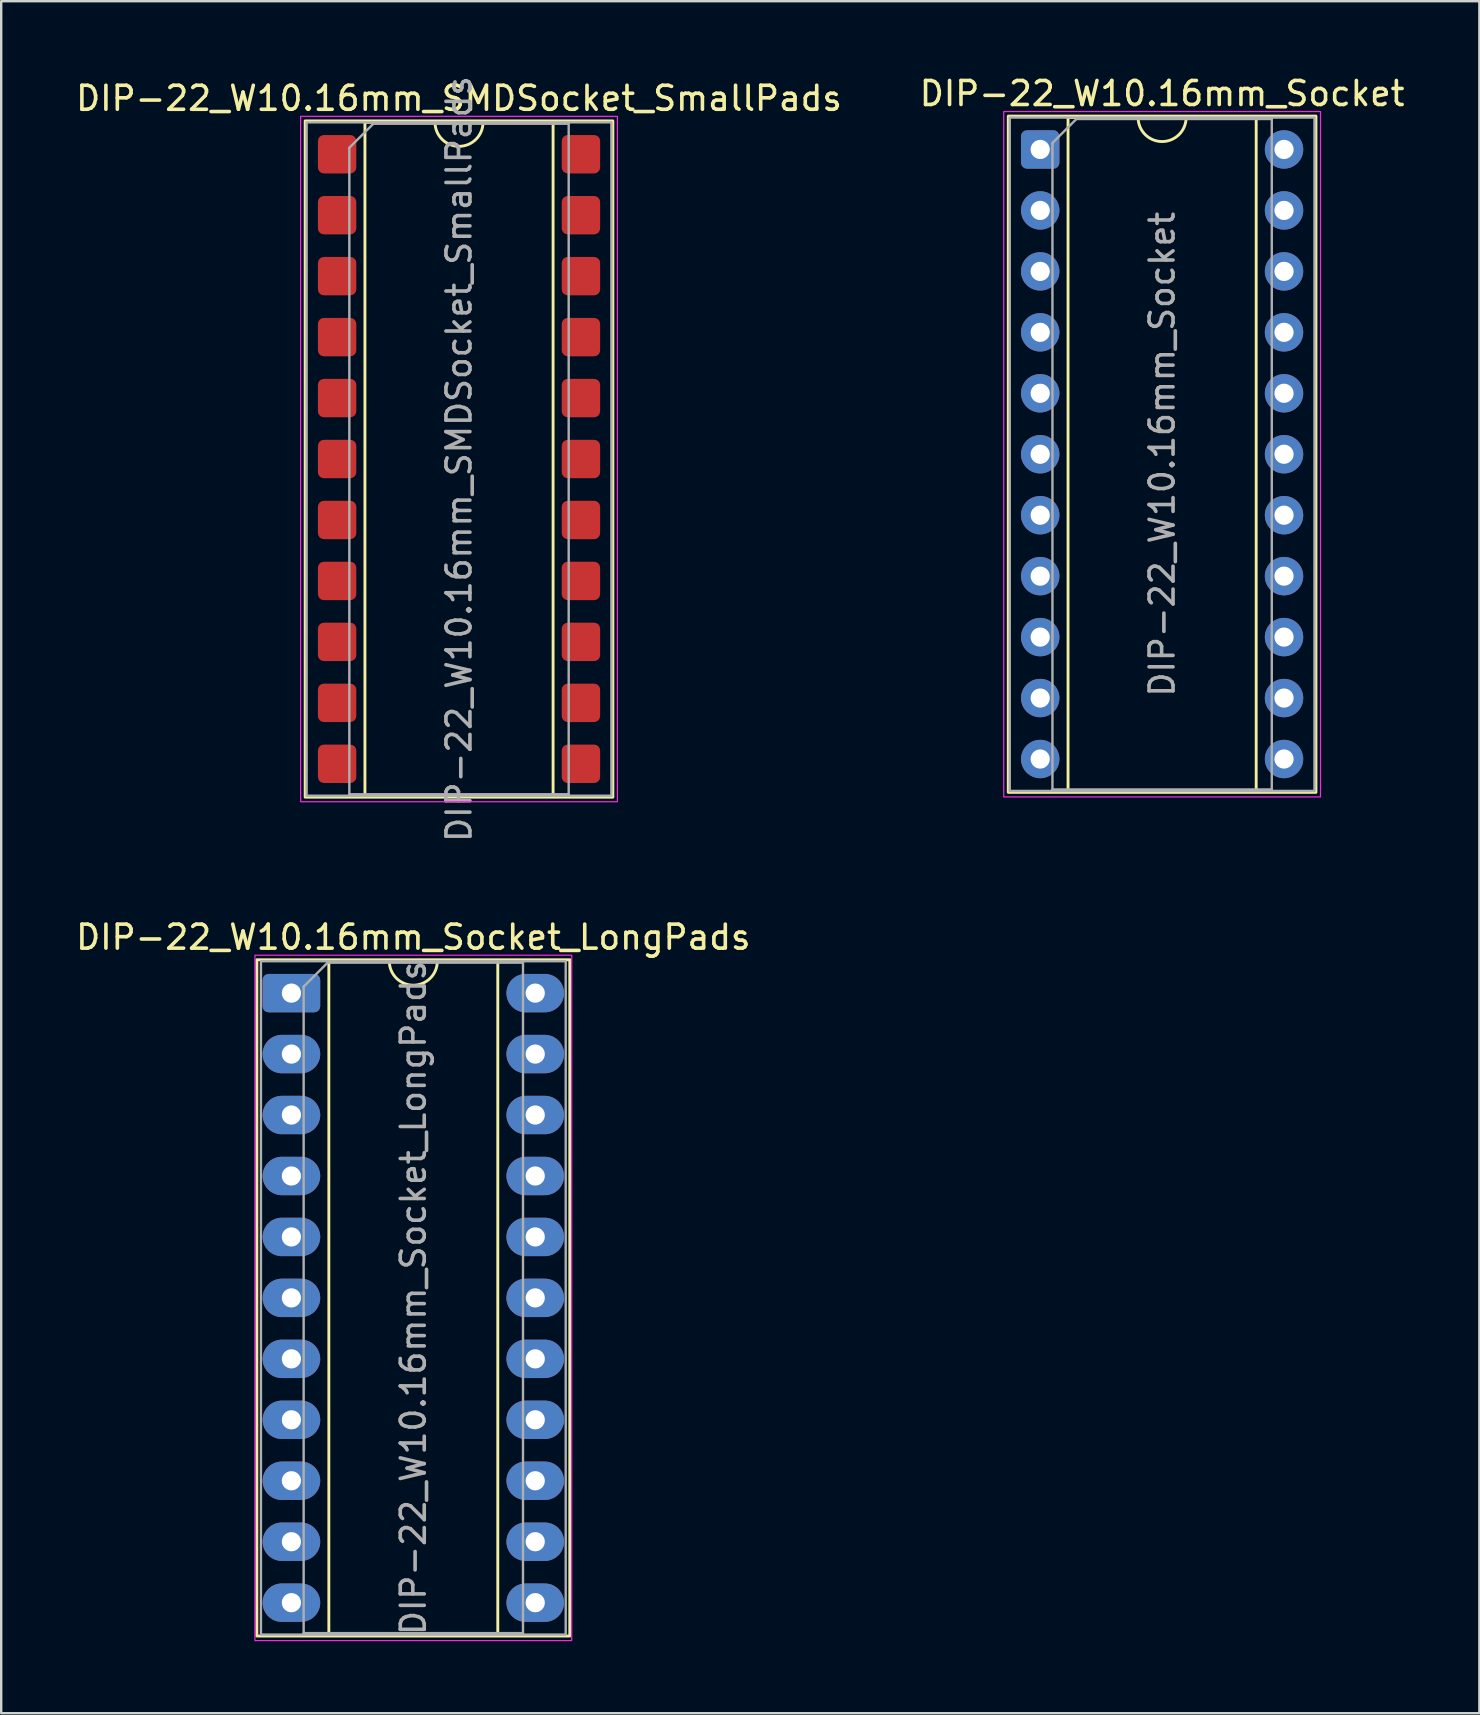
<source format=kicad_pcb>
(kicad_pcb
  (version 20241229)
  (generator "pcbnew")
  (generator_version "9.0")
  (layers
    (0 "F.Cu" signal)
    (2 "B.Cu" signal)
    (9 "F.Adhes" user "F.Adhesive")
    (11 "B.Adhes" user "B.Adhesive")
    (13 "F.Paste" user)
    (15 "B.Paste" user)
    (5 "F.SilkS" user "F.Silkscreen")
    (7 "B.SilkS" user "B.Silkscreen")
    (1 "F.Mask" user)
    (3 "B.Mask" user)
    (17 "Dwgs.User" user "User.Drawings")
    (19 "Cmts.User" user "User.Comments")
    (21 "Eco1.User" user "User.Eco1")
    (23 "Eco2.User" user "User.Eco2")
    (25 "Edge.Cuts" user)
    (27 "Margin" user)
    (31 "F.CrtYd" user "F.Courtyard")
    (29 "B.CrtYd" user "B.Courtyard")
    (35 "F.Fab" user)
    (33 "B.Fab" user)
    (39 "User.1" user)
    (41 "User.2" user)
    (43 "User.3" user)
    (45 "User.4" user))
  (footprint "DIP-22_W10.16mm_Socket"
    (layer "F.Cu")
    (at 40.295 3.178)
    (property "Reference" "DIP-22_W10.16mm_Socket" (at 5.08 -2.33 0) (layer "F.SilkS") (effects (font (size 1 1) (thickness 0.15))))
    (attr through_hole)
    (fp_line (start 1.16 -1.33) (end 1.16 26.73) (stroke (width 0.12) (type solid)) (layer "F.SilkS"))
    (fp_line (start 1.16 26.73) (end 9 26.73) (stroke (width 0.12) (type solid)) (layer "F.SilkS"))
    (fp_line (start 4.08 -1.33) (end 1.16 -1.33) (stroke (width 0.12) (type solid)) (layer "F.SilkS"))
    (fp_line (start 9 -1.33) (end 6.08 -1.33) (stroke (width 0.12) (type solid)) (layer "F.SilkS"))
    (fp_line (start 9 26.73) (end 9 -1.33) (stroke (width 0.12) (type solid)) (layer "F.SilkS"))
    (fp_rect (start -1.33 -1.39) (end 11.49 26.79) (stroke (width 0.12) (type solid)) (fill no) (layer "F.SilkS"))
    (fp_arc (start 6.08 -1.33) (mid 5.08 -0.33) (end 4.08 -1.33) (stroke (width 0.12) (type solid)) (layer "F.SilkS"))
    (fp_rect (start -1.52 -1.58) (end 11.68 26.98) (stroke (width 0.05) (type solid)) (fill no) (layer "F.CrtYd"))
    (fp_line (start 0.51 -0.27) (end 1.51 -1.27) (stroke (width 0.1) (type solid)) (layer "F.Fab"))
    (fp_line (start 0.51 26.67) (end 0.51 -0.27) (stroke (width 0.1) (type solid)) (layer "F.Fab"))
    (fp_line (start 1.51 -1.27) (end 9.65 -1.27) (stroke (width 0.1) (type solid)) (layer "F.Fab"))
    (fp_line (start 9.65 -1.27) (end 9.65 26.67) (stroke (width 0.1) (type solid)) (layer "F.Fab"))
    (fp_line (start 9.65 26.67) (end 0.51 26.67) (stroke (width 0.1) (type solid)) (layer "F.Fab"))
    (fp_rect (start -1.27 -1.33) (end 11.43 26.73) (stroke (width 0.1) (type solid)) (fill no) (layer "F.Fab"))
    (fp_text user "${REFERENCE}" (at 5.08 12.7 90) (layer "F.Fab") (effects (font (size 1 1) (thickness 0.15))))
    (pad "1" thru_hole roundrect (at 0 0) (size 1.6 1.6) (drill 0.8) (layers "*.Cu" "*.Mask") (roundrect_rratio 0.156))
    (pad "2" thru_hole circle (at 0 2.54) (size 1.6 1.6) (drill 0.8) (layers "*.Cu" "*.Mask"))
    (pad "3" thru_hole circle (at 0 5.08) (size 1.6 1.6) (drill 0.8) (layers "*.Cu" "*.Mask"))
    (pad "4" thru_hole circle (at 0 7.62) (size 1.6 1.6) (drill 0.8) (layers "*.Cu" "*.Mask"))
    (pad "5" thru_hole circle (at 0 10.16) (size 1.6 1.6) (drill 0.8) (layers "*.Cu" "*.Mask"))
    (pad "6" thru_hole circle (at 0 12.7) (size 1.6 1.6) (drill 0.8) (layers "*.Cu" "*.Mask"))
    (pad "7" thru_hole circle (at 0 15.24) (size 1.6 1.6) (drill 0.8) (layers "*.Cu" "*.Mask"))
    (pad "8" thru_hole circle (at 0 17.78) (size 1.6 1.6) (drill 0.8) (layers "*.Cu" "*.Mask"))
    (pad "9" thru_hole circle (at 0 20.32) (size 1.6 1.6) (drill 0.8) (layers "*.Cu" "*.Mask"))
    (pad "10" thru_hole circle (at 0 22.86) (size 1.6 1.6) (drill 0.8) (layers "*.Cu" "*.Mask"))
    (pad "11" thru_hole circle (at 0 25.4) (size 1.6 1.6) (drill 0.8) (layers "*.Cu" "*.Mask"))
    (pad "12" thru_hole circle (at 10.16 25.4) (size 1.6 1.6) (drill 0.8) (layers "*.Cu" "*.Mask"))
    (pad "13" thru_hole circle (at 10.16 22.86) (size 1.6 1.6) (drill 0.8) (layers "*.Cu" "*.Mask"))
    (pad "14" thru_hole circle (at 10.16 20.32) (size 1.6 1.6) (drill 0.8) (layers "*.Cu" "*.Mask"))
    (pad "15" thru_hole circle (at 10.16 17.78) (size 1.6 1.6) (drill 0.8) (layers "*.Cu" "*.Mask"))
    (pad "16" thru_hole circle (at 10.16 15.24) (size 1.6 1.6) (drill 0.8) (layers "*.Cu" "*.Mask"))
    (pad "17" thru_hole circle (at 10.16 12.7) (size 1.6 1.6) (drill 0.8) (layers "*.Cu" "*.Mask"))
    (pad "18" thru_hole circle (at 10.16 10.16) (size 1.6 1.6) (drill 0.8) (layers "*.Cu" "*.Mask"))
    (pad "19" thru_hole circle (at 10.16 7.62) (size 1.6 1.6) (drill 0.8) (layers "*.Cu" "*.Mask"))
    (pad "20" thru_hole circle (at 10.16 5.08) (size 1.6 1.6) (drill 0.8) (layers "*.Cu" "*.Mask"))
    (pad "21" thru_hole circle (at 10.16 2.54) (size 1.6 1.6) (drill 0.8) (layers "*.Cu" "*.Mask"))
    (pad "22" thru_hole circle (at 10.16 0) (size 1.6 1.6) (drill 0.8) (layers "*.Cu" "*.Mask")))
  (footprint "DIP-22_W10.16mm_Socket_LongPads"
    (layer "F.Cu")
    (at 9.093 38.333)
    (property "Reference" "DIP-22_W10.16mm_Socket_LongPads" (at 5.08 -2.33 0) (layer "F.SilkS") (effects (font (size 1 1) (thickness 0.15))))
    (attr through_hole)
    (fp_line (start 1.56 -1.33) (end 1.56 26.73) (stroke (width 0.12) (type solid)) (layer "F.SilkS"))
    (fp_line (start 1.56 26.73) (end 8.6 26.73) (stroke (width 0.12) (type solid)) (layer "F.SilkS"))
    (fp_line (start 4.08 -1.33) (end 1.56 -1.33) (stroke (width 0.12) (type solid)) (layer "F.SilkS"))
    (fp_line (start 8.6 -1.33) (end 6.08 -1.33) (stroke (width 0.12) (type solid)) (layer "F.SilkS"))
    (fp_line (start 8.6 26.73) (end 8.6 -1.33) (stroke (width 0.12) (type solid)) (layer "F.SilkS"))
    (fp_rect (start -1.44 -1.39) (end 11.6 26.79) (stroke (width 0.12) (type solid)) (fill no) (layer "F.SilkS"))
    (fp_arc (start 6.08 -1.33) (mid 5.08 -0.33) (end 4.08 -1.33) (stroke (width 0.12) (type solid)) (layer "F.SilkS"))
    (fp_rect (start -1.52 -1.58) (end 11.68 26.98) (stroke (width 0.05) (type solid)) (fill no) (layer "F.CrtYd"))
    (fp_line (start 0.51 -0.27) (end 1.51 -1.27) (stroke (width 0.1) (type solid)) (layer "F.Fab"))
    (fp_line (start 0.51 26.67) (end 0.51 -0.27) (stroke (width 0.1) (type solid)) (layer "F.Fab"))
    (fp_line (start 1.51 -1.27) (end 9.65 -1.27) (stroke (width 0.1) (type solid)) (layer "F.Fab"))
    (fp_line (start 9.65 -1.27) (end 9.65 26.67) (stroke (width 0.1) (type solid)) (layer "F.Fab"))
    (fp_line (start 9.65 26.67) (end 0.51 26.67) (stroke (width 0.1) (type solid)) (layer "F.Fab"))
    (fp_rect (start -1.27 -1.33) (end 11.43 26.73) (stroke (width 0.1) (type solid)) (fill no) (layer "F.Fab"))
    (fp_text user "${REFERENCE}" (at 5.08 12.7 90) (layer "F.Fab") (effects (font (size 1 1) (thickness 0.15))))
    (pad "1" thru_hole roundrect (at 0 0) (size 2.4 1.6) (drill 0.8) (layers "*.Cu" "*.Mask") (roundrect_rratio 0.156))
    (pad "2" thru_hole oval (at 0 2.54) (size 2.4 1.6) (drill 0.8) (layers "*.Cu" "*.Mask"))
    (pad "3" thru_hole oval (at 0 5.08) (size 2.4 1.6) (drill 0.8) (layers "*.Cu" "*.Mask"))
    (pad "4" thru_hole oval (at 0 7.62) (size 2.4 1.6) (drill 0.8) (layers "*.Cu" "*.Mask"))
    (pad "5" thru_hole oval (at 0 10.16) (size 2.4 1.6) (drill 0.8) (layers "*.Cu" "*.Mask"))
    (pad "6" thru_hole oval (at 0 12.7) (size 2.4 1.6) (drill 0.8) (layers "*.Cu" "*.Mask"))
    (pad "7" thru_hole oval (at 0 15.24) (size 2.4 1.6) (drill 0.8) (layers "*.Cu" "*.Mask"))
    (pad "8" thru_hole oval (at 0 17.78) (size 2.4 1.6) (drill 0.8) (layers "*.Cu" "*.Mask"))
    (pad "9" thru_hole oval (at 0 20.32) (size 2.4 1.6) (drill 0.8) (layers "*.Cu" "*.Mask"))
    (pad "10" thru_hole oval (at 0 22.86) (size 2.4 1.6) (drill 0.8) (layers "*.Cu" "*.Mask"))
    (pad "11" thru_hole oval (at 0 25.4) (size 2.4 1.6) (drill 0.8) (layers "*.Cu" "*.Mask"))
    (pad "12" thru_hole oval (at 10.16 25.4) (size 2.4 1.6) (drill 0.8) (layers "*.Cu" "*.Mask"))
    (pad "13" thru_hole oval (at 10.16 22.86) (size 2.4 1.6) (drill 0.8) (layers "*.Cu" "*.Mask"))
    (pad "14" thru_hole oval (at 10.16 20.32) (size 2.4 1.6) (drill 0.8) (layers "*.Cu" "*.Mask"))
    (pad "15" thru_hole oval (at 10.16 17.78) (size 2.4 1.6) (drill 0.8) (layers "*.Cu" "*.Mask"))
    (pad "16" thru_hole oval (at 10.16 15.24) (size 2.4 1.6) (drill 0.8) (layers "*.Cu" "*.Mask"))
    (pad "17" thru_hole oval (at 10.16 12.7) (size 2.4 1.6) (drill 0.8) (layers "*.Cu" "*.Mask"))
    (pad "18" thru_hole oval (at 10.16 10.16) (size 2.4 1.6) (drill 0.8) (layers "*.Cu" "*.Mask"))
    (pad "19" thru_hole oval (at 10.16 7.62) (size 2.4 1.6) (drill 0.8) (layers "*.Cu" "*.Mask"))
    (pad "20" thru_hole oval (at 10.16 5.08) (size 2.4 1.6) (drill 0.8) (layers "*.Cu" "*.Mask"))
    (pad "21" thru_hole oval (at 10.16 2.54) (size 2.4 1.6) (drill 0.8) (layers "*.Cu" "*.Mask"))
    (pad "22" thru_hole oval (at 10.16 0) (size 2.4 1.6) (drill 0.8) (layers "*.Cu" "*.Mask")))
  (footprint "DIP-22_W10.16mm_SMDSocket_SmallPads"
    (layer "F.Cu")
    (at 16.077 16.077)
    (property "Reference" "DIP-22_W10.16mm_SMDSocket_SmallPads" (at 0 -15.03 0) (layer "F.SilkS") (effects (font (size 1 1) (thickness 0.15))))
    (attr smd)
    (fp_line (start -3.92 -14.03) (end -3.92 14.03) (stroke (width 0.12) (type solid)) (layer "F.SilkS"))
    (fp_line (start -3.92 14.03) (end 3.92 14.03) (stroke (width 0.12) (type solid)) (layer "F.SilkS"))
    (fp_line (start -1 -14.03) (end -3.92 -14.03) (stroke (width 0.12) (type solid)) (layer "F.SilkS"))
    (fp_line (start 3.92 -14.03) (end 1 -14.03) (stroke (width 0.12) (type solid)) (layer "F.SilkS"))
    (fp_line (start 3.92 14.03) (end 3.92 -14.03) (stroke (width 0.12) (type solid)) (layer "F.SilkS"))
    (fp_rect (start -6.41 -14.09) (end 6.41 14.09) (stroke (width 0.12) (type solid)) (fill no) (layer "F.SilkS"))
    (fp_arc (start 1 -14.03) (mid 0 -13.03) (end -1 -14.03) (stroke (width 0.12) (type solid)) (layer "F.SilkS"))
    (fp_rect (start -6.6 -14.28) (end 6.6 14.28) (stroke (width 0.05) (type solid)) (fill no) (layer "F.CrtYd"))
    (fp_line (start -4.57 -12.97) (end -3.57 -13.97) (stroke (width 0.1) (type solid)) (layer "F.Fab"))
    (fp_line (start -4.57 13.97) (end -4.57 -12.97) (stroke (width 0.1) (type solid)) (layer "F.Fab"))
    (fp_line (start -3.57 -13.97) (end 4.57 -13.97) (stroke (width 0.1) (type solid)) (layer "F.Fab"))
    (fp_line (start 4.57 -13.97) (end 4.57 13.97) (stroke (width 0.1) (type solid)) (layer "F.Fab"))
    (fp_line (start 4.57 13.97) (end -4.57 13.97) (stroke (width 0.1) (type solid)) (layer "F.Fab"))
    (fp_rect (start -6.35 -14.03) (end 6.35 14.03) (stroke (width 0.1) (type solid)) (fill no) (layer "F.Fab"))
    (fp_text user "${REFERENCE}" (at 0 0 90) (layer "F.Fab") (effects (font (size 1 1) (thickness 0.15))))
    (pad "1" smd roundrect (at -5.08 -12.7) (size 1.6 1.6) (layers "F.Cu" "F.Mask" "F.Paste") (roundrect_rratio 0.156))
    (pad "2" smd roundrect (at -5.08 -10.16) (size 1.6 1.6) (layers "F.Cu" "F.Mask" "F.Paste") (roundrect_rratio 0.156))
    (pad "3" smd roundrect (at -5.08 -7.62) (size 1.6 1.6) (layers "F.Cu" "F.Mask" "F.Paste") (roundrect_rratio 0.156))
    (pad "4" smd roundrect (at -5.08 -5.08) (size 1.6 1.6) (layers "F.Cu" "F.Mask" "F.Paste") (roundrect_rratio 0.156))
    (pad "5" smd roundrect (at -5.08 -2.54) (size 1.6 1.6) (layers "F.Cu" "F.Mask" "F.Paste") (roundrect_rratio 0.156))
    (pad "6" smd roundrect (at -5.08 0) (size 1.6 1.6) (layers "F.Cu" "F.Mask" "F.Paste") (roundrect_rratio 0.156))
    (pad "7" smd roundrect (at -5.08 2.54) (size 1.6 1.6) (layers "F.Cu" "F.Mask" "F.Paste") (roundrect_rratio 0.156))
    (pad "8" smd roundrect (at -5.08 5.08) (size 1.6 1.6) (layers "F.Cu" "F.Mask" "F.Paste") (roundrect_rratio 0.156))
    (pad "9" smd roundrect (at -5.08 7.62) (size 1.6 1.6) (layers "F.Cu" "F.Mask" "F.Paste") (roundrect_rratio 0.156))
    (pad "10" smd roundrect (at -5.08 10.16) (size 1.6 1.6) (layers "F.Cu" "F.Mask" "F.Paste") (roundrect_rratio 0.156))
    (pad "11" smd roundrect (at -5.08 12.7) (size 1.6 1.6) (layers "F.Cu" "F.Mask" "F.Paste") (roundrect_rratio 0.156))
    (pad "12" smd roundrect (at 5.08 12.7) (size 1.6 1.6) (layers "F.Cu" "F.Mask" "F.Paste") (roundrect_rratio 0.156))
    (pad "13" smd roundrect (at 5.08 10.16) (size 1.6 1.6) (layers "F.Cu" "F.Mask" "F.Paste") (roundrect_rratio 0.156))
    (pad "14" smd roundrect (at 5.08 7.62) (size 1.6 1.6) (layers "F.Cu" "F.Mask" "F.Paste") (roundrect_rratio 0.156))
    (pad "15" smd roundrect (at 5.08 5.08) (size 1.6 1.6) (layers "F.Cu" "F.Mask" "F.Paste") (roundrect_rratio 0.156))
    (pad "16" smd roundrect (at 5.08 2.54) (size 1.6 1.6) (layers "F.Cu" "F.Mask" "F.Paste") (roundrect_rratio 0.156))
    (pad "17" smd roundrect (at 5.08 0) (size 1.6 1.6) (layers "F.Cu" "F.Mask" "F.Paste") (roundrect_rratio 0.156))
    (pad "18" smd roundrect (at 5.08 -2.54) (size 1.6 1.6) (layers "F.Cu" "F.Mask" "F.Paste") (roundrect_rratio 0.156))
    (pad "19" smd roundrect (at 5.08 -5.08) (size 1.6 1.6) (layers "F.Cu" "F.Mask" "F.Paste") (roundrect_rratio 0.156))
    (pad "20" smd roundrect (at 5.08 -7.62) (size 1.6 1.6) (layers "F.Cu" "F.Mask" "F.Paste") (roundrect_rratio 0.156))
    (pad "21" smd roundrect (at 5.08 -10.16) (size 1.6 1.6) (layers "F.Cu" "F.Mask" "F.Paste") (roundrect_rratio 0.156))
    (pad "22" smd roundrect (at 5.08 -12.7) (size 1.6 1.6) (layers "F.Cu" "F.Mask" "F.Paste") (roundrect_rratio 0.156)))
  (gr_rect
    (start -3 -3)
    (end 58.595 68.338)
    (stroke (width 0.1) (type default))
    (fill no)
    (layer "Edge.Cuts")))
</source>
